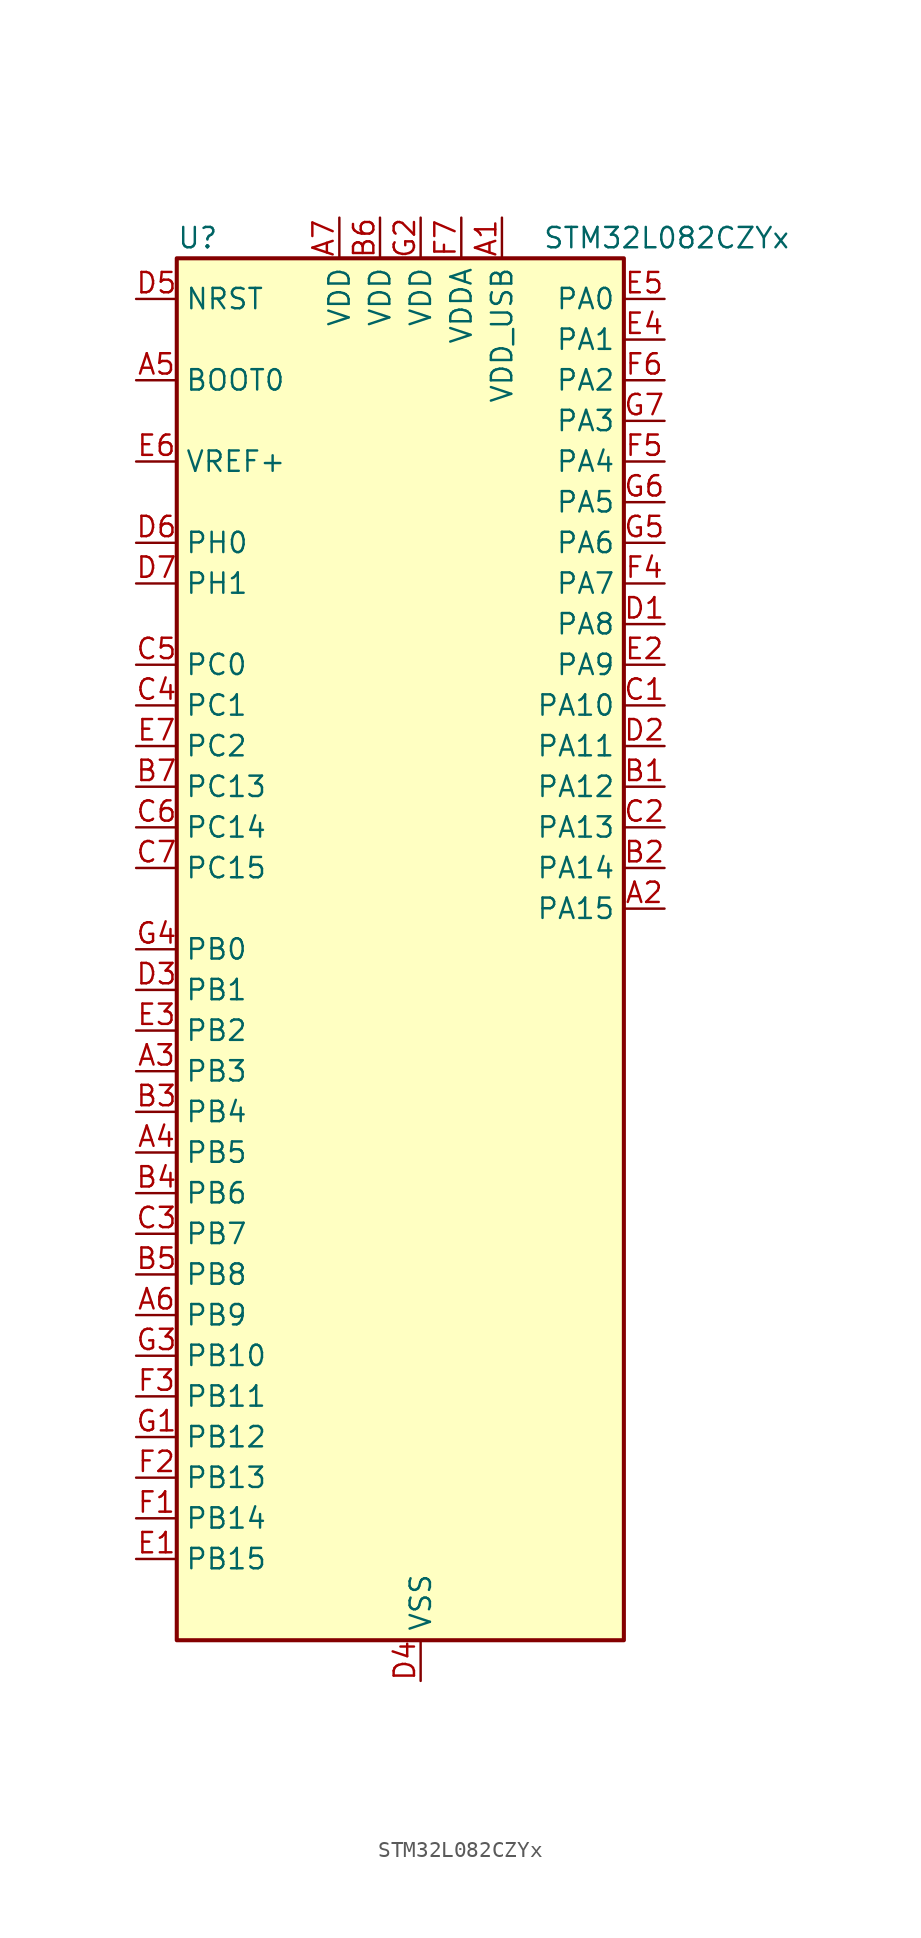
<source format=kicad_sym>
(kicad_symbol_lib
  (version 20231120)
  (generator "kicad_symbol_editor")
  (generator_version "8.0")
  (symbol "STM32L082CZYx"
    (property "Reference" "U"
      (at -12.7 44.45 0)
      (effects (font (size 1.27 1.27)) (justify left)))
    (property "Value" "STM32L082CZYx"
      (at 10.16 44.45 0)
      (effects (font (size 1.27 1.27)) (justify left)))
    (property "ki_locked" ""
      (at 0 0 0)
      (effects (font (size 1.27 1.27))))
    (symbol "STM32L082CZYx_0_1"
      (rectangle (start -12.7 -43.18) (end 15.24 43.18) (stroke (width 0.254) (type default)) (fill (type background))))
    (symbol "STM32L082CZYx_1_1"
      (pin power_in line (at 7.62 45.72 270) (length 2.54) (name "VDD_USB" (effects (font (size 1.27 1.27)))) (number "A1" (effects (font (size 1.27 1.27)))))
      (pin bidirectional line (at 17.78 2.54 180) (length 2.54) (name "PA15" (effects (font (size 1.27 1.27)))) (number "A2" (effects (font (size 1.27 1.27)))) (alternate "SPI1_NSS" bidirectional line) (alternate "TIM2_CH1" bidirectional line) (alternate "TIM2_ETR" bidirectional line) (alternate "USART2_RX" bidirectional line) (alternate "USART4_DE" bidirectional line) (alternate "USART4_RTS" bidirectional line))
      (pin bidirectional line (at -15.24 -7.62 0) (length 2.54) (name "PB3" (effects (font (size 1.27 1.27)))) (number "A3" (effects (font (size 1.27 1.27)))) (alternate "COMP2_INM" bidirectional line) (alternate "SPI1_SCK" bidirectional line) (alternate "TIM2_CH2" bidirectional line) (alternate "TSC_G5_IO1" bidirectional line) (alternate "USART1_DE" bidirectional line) (alternate "USART1_RTS" bidirectional line) (alternate "USART5_TX" bidirectional line))
      (pin bidirectional line (at -15.24 -12.7 0) (length 2.54) (name "PB5" (effects (font (size 1.27 1.27)))) (number "A4" (effects (font (size 1.27 1.27)))) (alternate "COMP2_INP" bidirectional line) (alternate "I2C1_SMBA" bidirectional line) (alternate "LPTIM1_IN1" bidirectional line) (alternate "SPI1_MOSI" bidirectional line) (alternate "TIM22_CH2" bidirectional line) (alternate "TIM3_CH2" bidirectional line) (alternate "USART1_CK" bidirectional line) (alternate "USART5_CK" bidirectional line) (alternate "USART5_DE" bidirectional line) (alternate "USART5_RTS" bidirectional line))
      (pin input line (at -15.24 35.56 0) (length 2.54) (name "BOOT0" (effects (font (size 1.27 1.27)))) (number "A5" (effects (font (size 1.27 1.27)))))
      (pin bidirectional line (at -15.24 -22.86 0) (length 2.54) (name "PB9" (effects (font (size 1.27 1.27)))) (number "A6" (effects (font (size 1.27 1.27)))) (alternate "DAC_EXTI9" bidirectional line) (alternate "I2C1_SDA" bidirectional line) (alternate "I2S2_WS" bidirectional line) (alternate "SPI2_NSS" bidirectional line))
      (pin power_in line (at -2.54 45.72 270) (length 2.54) (name "VDD" (effects (font (size 1.27 1.27)))) (number "A7" (effects (font (size 1.27 1.27)))))
      (pin bidirectional line (at 17.78 10.16 180) (length 2.54) (name "PA12" (effects (font (size 1.27 1.27)))) (number "B1" (effects (font (size 1.27 1.27)))) (alternate "COMP2_OUT" bidirectional line) (alternate "SPI1_MOSI" bidirectional line) (alternate "TSC_G4_IO4" bidirectional line) (alternate "USART1_DE" bidirectional line) (alternate "USART1_RTS" bidirectional line) (alternate "USB_DP" bidirectional line))
      (pin bidirectional line (at 17.78 5.08 180) (length 2.54) (name "PA14" (effects (font (size 1.27 1.27)))) (number "B2" (effects (font (size 1.27 1.27)))) (alternate "LPUART1_TX" bidirectional line) (alternate "SYS_SWCLK" bidirectional line) (alternate "USART2_TX" bidirectional line))
      (pin bidirectional line (at -15.24 -10.16 0) (length 2.54) (name "PB4" (effects (font (size 1.27 1.27)))) (number "B3" (effects (font (size 1.27 1.27)))) (alternate "COMP2_INP" bidirectional line) (alternate "I2C3_SDA" bidirectional line) (alternate "SPI1_MISO" bidirectional line) (alternate "TIM22_CH1" bidirectional line) (alternate "TIM3_CH1" bidirectional line) (alternate "TSC_G5_IO2" bidirectional line) (alternate "USART1_CTS" bidirectional line) (alternate "USART5_RX" bidirectional line))
      (pin bidirectional line (at -15.24 -15.24 0) (length 2.54) (name "PB6" (effects (font (size 1.27 1.27)))) (number "B4" (effects (font (size 1.27 1.27)))) (alternate "COMP2_INP" bidirectional line) (alternate "I2C1_SCL" bidirectional line) (alternate "LPTIM1_ETR" bidirectional line) (alternate "TSC_G5_IO3" bidirectional line) (alternate "USART1_TX" bidirectional line))
      (pin bidirectional line (at -15.24 -20.32 0) (length 2.54) (name "PB8" (effects (font (size 1.27 1.27)))) (number "B5" (effects (font (size 1.27 1.27)))) (alternate "I2C1_SCL" bidirectional line) (alternate "TSC_SYNC" bidirectional line))
      (pin power_in line (at 0 45.72 270) (length 2.54) (name "VDD" (effects (font (size 1.27 1.27)))) (number "B6" (effects (font (size 1.27 1.27)))))
      (pin bidirectional line (at -15.24 10.16 0) (length 2.54) (name "PC13" (effects (font (size 1.27 1.27)))) (number "B7" (effects (font (size 1.27 1.27)))) (alternate "RTC_OUT_ALARM" bidirectional line) (alternate "RTC_OUT_CALIB" bidirectional line) (alternate "RTC_TAMP1" bidirectional line) (alternate "RTC_TS" bidirectional line) (alternate "SYS_WKUP2" bidirectional line))
      (pin bidirectional line (at 17.78 15.24 180) (length 2.54) (name "PA10" (effects (font (size 1.27 1.27)))) (number "C1" (effects (font (size 1.27 1.27)))) (alternate "I2C1_SDA" bidirectional line) (alternate "TSC_G4_IO2" bidirectional line) (alternate "USART1_RX" bidirectional line))
      (pin bidirectional line (at 17.78 7.62 180) (length 2.54) (name "PA13" (effects (font (size 1.27 1.27)))) (number "C2" (effects (font (size 1.27 1.27)))) (alternate "LPUART1_RX" bidirectional line) (alternate "SYS_SWDIO" bidirectional line) (alternate "USB_NOE" bidirectional line))
      (pin bidirectional line (at -15.24 -17.78 0) (length 2.54) (name "PB7" (effects (font (size 1.27 1.27)))) (number "C3" (effects (font (size 1.27 1.27)))) (alternate "COMP2_INP" bidirectional line) (alternate "I2C1_SDA" bidirectional line) (alternate "LPTIM1_IN2" bidirectional line) (alternate "SYS_PVD_IN" bidirectional line) (alternate "TSC_G5_IO4" bidirectional line) (alternate "USART1_RX" bidirectional line) (alternate "USART4_CTS" bidirectional line))
      (pin bidirectional line (at -15.24 15.24 0) (length 2.54) (name "PC1" (effects (font (size 1.27 1.27)))) (number "C4" (effects (font (size 1.27 1.27)))) (alternate "ADC_IN11" bidirectional line) (alternate "I2C3_SDA" bidirectional line) (alternate "LPTIM1_OUT" bidirectional line) (alternate "LPUART1_TX" bidirectional line) (alternate "TSC_G7_IO2" bidirectional line))
      (pin bidirectional line (at -15.24 17.78 0) (length 2.54) (name "PC0" (effects (font (size 1.27 1.27)))) (number "C5" (effects (font (size 1.27 1.27)))) (alternate "ADC_IN10" bidirectional line) (alternate "I2C3_SCL" bidirectional line) (alternate "LPTIM1_IN1" bidirectional line) (alternate "LPUART1_RX" bidirectional line) (alternate "TSC_G7_IO1" bidirectional line))
      (pin bidirectional line (at -15.24 7.62 0) (length 2.54) (name "PC14" (effects (font (size 1.27 1.27)))) (number "C6" (effects (font (size 1.27 1.27)))) (alternate "RCC_OSC32_IN" bidirectional line))
      (pin bidirectional line (at -15.24 5.08 0) (length 2.54) (name "PC15" (effects (font (size 1.27 1.27)))) (number "C7" (effects (font (size 1.27 1.27)))) (alternate "RCC_OSC32_OUT" bidirectional line))
      (pin bidirectional line (at 17.78 20.32 180) (length 2.54) (name "PA8" (effects (font (size 1.27 1.27)))) (number "D1" (effects (font (size 1.27 1.27)))) (alternate "CRS_SYNC" bidirectional line) (alternate "I2C3_SCL" bidirectional line) (alternate "RCC_MCO" bidirectional line) (alternate "USART1_CK" bidirectional line))
      (pin bidirectional line (at 17.78 12.7 180) (length 2.54) (name "PA11" (effects (font (size 1.27 1.27)))) (number "D2" (effects (font (size 1.27 1.27)))) (alternate "ADC_EXTI11" bidirectional line) (alternate "COMP1_OUT" bidirectional line) (alternate "SPI1_MISO" bidirectional line) (alternate "TSC_G4_IO3" bidirectional line) (alternate "USART1_CTS" bidirectional line) (alternate "USB_DM" bidirectional line))
      (pin bidirectional line (at -15.24 -2.54 0) (length 2.54) (name "PB1" (effects (font (size 1.27 1.27)))) (number "D3" (effects (font (size 1.27 1.27)))) (alternate "ADC_IN9" bidirectional line) (alternate "LPUART1_DE" bidirectional line) (alternate "LPUART1_RTS" bidirectional line) (alternate "SYS_VREF_OUT_PB1" bidirectional line) (alternate "TIM3_CH4" bidirectional line) (alternate "TSC_G3_IO3" bidirectional line))
      (pin power_in line (at 2.54 -45.72 90) (length 2.54) (name "VSS" (effects (font (size 1.27 1.27)))) (number "D4" (effects (font (size 1.27 1.27)))))
      (pin input line (at -15.24 40.64 0) (length 2.54) (name "NRST" (effects (font (size 1.27 1.27)))) (number "D5" (effects (font (size 1.27 1.27)))))
      (pin bidirectional line (at -15.24 25.4 0) (length 2.54) (name "PH0" (effects (font (size 1.27 1.27)))) (number "D6" (effects (font (size 1.27 1.27)))) (alternate "CRS_SYNC" bidirectional line) (alternate "RCC_OSC_IN" bidirectional line))
      (pin bidirectional line (at -15.24 22.86 0) (length 2.54) (name "PH1" (effects (font (size 1.27 1.27)))) (number "D7" (effects (font (size 1.27 1.27)))) (alternate "RCC_OSC_OUT" bidirectional line))
      (pin bidirectional line (at -15.24 -38.1 0) (length 2.54) (name "PB15" (effects (font (size 1.27 1.27)))) (number "E1" (effects (font (size 1.27 1.27)))) (alternate "I2S2_SD" bidirectional line) (alternate "RTC_REFIN" bidirectional line) (alternate "SPI2_MOSI" bidirectional line))
      (pin bidirectional line (at 17.78 17.78 180) (length 2.54) (name "PA9" (effects (font (size 1.27 1.27)))) (number "E2" (effects (font (size 1.27 1.27)))) (alternate "DAC_EXTI9" bidirectional line) (alternate "I2C1_SCL" bidirectional line) (alternate "I2C3_SMBA" bidirectional line) (alternate "RCC_MCO" bidirectional line) (alternate "TSC_G4_IO1" bidirectional line) (alternate "USART1_TX" bidirectional line))
      (pin bidirectional line (at -15.24 -5.08 0) (length 2.54) (name "PB2" (effects (font (size 1.27 1.27)))) (number "E3" (effects (font (size 1.27 1.27)))) (alternate "I2C3_SMBA" bidirectional line) (alternate "LPTIM1_OUT" bidirectional line) (alternate "TSC_G3_IO4" bidirectional line))
      (pin bidirectional line (at 17.78 38.1 180) (length 2.54) (name "PA1" (effects (font (size 1.27 1.27)))) (number "E4" (effects (font (size 1.27 1.27)))) (alternate "ADC_IN1" bidirectional line) (alternate "COMP1_INP" bidirectional line) (alternate "TIM21_ETR" bidirectional line) (alternate "TIM2_CH2" bidirectional line) (alternate "TSC_G1_IO2" bidirectional line) (alternate "USART2_DE" bidirectional line) (alternate "USART2_RTS" bidirectional line) (alternate "USART4_RX" bidirectional line))
      (pin bidirectional line (at 17.78 40.64 180) (length 2.54) (name "PA0" (effects (font (size 1.27 1.27)))) (number "E5" (effects (font (size 1.27 1.27)))) (alternate "ADC_IN0" bidirectional line) (alternate "COMP1_INM" bidirectional line) (alternate "COMP1_OUT" bidirectional line) (alternate "RTC_TAMP2" bidirectional line) (alternate "SYS_WKUP1" bidirectional line) (alternate "TIM2_CH1" bidirectional line) (alternate "TIM2_ETR" bidirectional line) (alternate "TSC_G1_IO1" bidirectional line) (alternate "USART2_CTS" bidirectional line) (alternate "USART4_TX" bidirectional line))
      (pin input line (at -15.24 30.48 0) (length 2.54) (name "VREF+" (effects (font (size 1.27 1.27)))) (number "E6" (effects (font (size 1.27 1.27)))))
      (pin bidirectional line (at -15.24 12.7 0) (length 2.54) (name "PC2" (effects (font (size 1.27 1.27)))) (number "E7" (effects (font (size 1.27 1.27)))) (alternate "ADC_IN12" bidirectional line) (alternate "I2S2_MCK" bidirectional line) (alternate "LPTIM1_IN2" bidirectional line) (alternate "SPI2_MISO" bidirectional line) (alternate "TSC_G7_IO3" bidirectional line))
      (pin bidirectional line (at -15.24 -35.56 0) (length 2.54) (name "PB14" (effects (font (size 1.27 1.27)))) (number "F1" (effects (font (size 1.27 1.27)))) (alternate "I2C2_SDA" bidirectional line) (alternate "I2S2_MCK" bidirectional line) (alternate "LPUART1_DE" bidirectional line) (alternate "LPUART1_RTS" bidirectional line) (alternate "RTC_OUT_ALARM" bidirectional line) (alternate "RTC_OUT_CALIB" bidirectional line) (alternate "SPI2_MISO" bidirectional line) (alternate "TIM21_CH2" bidirectional line) (alternate "TSC_G6_IO4" bidirectional line))
      (pin bidirectional line (at -15.24 -33.02 0) (length 2.54) (name "PB13" (effects (font (size 1.27 1.27)))) (number "F2" (effects (font (size 1.27 1.27)))) (alternate "I2C2_SCL" bidirectional line) (alternate "I2S2_CK" bidirectional line) (alternate "LPUART1_CTS" bidirectional line) (alternate "RCC_MCO" bidirectional line) (alternate "SPI2_SCK" bidirectional line) (alternate "TIM21_CH1" bidirectional line) (alternate "TSC_G6_IO3" bidirectional line))
      (pin bidirectional line (at -15.24 -27.94 0) (length 2.54) (name "PB11" (effects (font (size 1.27 1.27)))) (number "F3" (effects (font (size 1.27 1.27)))) (alternate "ADC_EXTI11" bidirectional line) (alternate "I2C2_SDA" bidirectional line) (alternate "LPUART1_RX" bidirectional line) (alternate "LPUART1_TX" bidirectional line) (alternate "TIM2_CH4" bidirectional line) (alternate "TSC_G6_IO1" bidirectional line))
      (pin bidirectional line (at 17.78 22.86 180) (length 2.54) (name "PA7" (effects (font (size 1.27 1.27)))) (number "F4" (effects (font (size 1.27 1.27)))) (alternate "ADC_IN7" bidirectional line) (alternate "COMP2_OUT" bidirectional line) (alternate "SPI1_MOSI" bidirectional line) (alternate "TIM22_CH2" bidirectional line) (alternate "TIM3_CH2" bidirectional line) (alternate "TSC_G2_IO4" bidirectional line))
      (pin bidirectional line (at 17.78 30.48 180) (length 2.54) (name "PA4" (effects (font (size 1.27 1.27)))) (number "F5" (effects (font (size 1.27 1.27)))) (alternate "ADC_IN4" bidirectional line) (alternate "COMP1_INM" bidirectional line) (alternate "COMP2_INM" bidirectional line) (alternate "DAC_OUT1" bidirectional line) (alternate "SPI1_NSS" bidirectional line) (alternate "TIM22_ETR" bidirectional line) (alternate "TSC_G2_IO1" bidirectional line) (alternate "USART2_CK" bidirectional line))
      (pin bidirectional line (at 17.78 35.56 180) (length 2.54) (name "PA2" (effects (font (size 1.27 1.27)))) (number "F6" (effects (font (size 1.27 1.27)))) (alternate "ADC_IN2" bidirectional line) (alternate "COMP2_INM" bidirectional line) (alternate "COMP2_OUT" bidirectional line) (alternate "LPUART1_TX" bidirectional line) (alternate "TIM21_CH1" bidirectional line) (alternate "TIM2_CH3" bidirectional line) (alternate "TSC_G1_IO3" bidirectional line) (alternate "USART2_TX" bidirectional line))
      (pin power_in line (at 5.08 45.72 270) (length 2.54) (name "VDDA" (effects (font (size 1.27 1.27)))) (number "F7" (effects (font (size 1.27 1.27)))))
      (pin bidirectional line (at -15.24 -30.48 0) (length 2.54) (name "PB12" (effects (font (size 1.27 1.27)))) (number "G1" (effects (font (size 1.27 1.27)))) (alternate "I2S2_WS" bidirectional line) (alternate "LPUART1_DE" bidirectional line) (alternate "LPUART1_RTS" bidirectional line) (alternate "SPI2_NSS" bidirectional line) (alternate "TSC_G6_IO2" bidirectional line))
      (pin power_in line (at 2.54 45.72 270) (length 2.54) (name "VDD" (effects (font (size 1.27 1.27)))) (number "G2" (effects (font (size 1.27 1.27)))))
      (pin bidirectional line (at -15.24 -25.4 0) (length 2.54) (name "PB10" (effects (font (size 1.27 1.27)))) (number "G3" (effects (font (size 1.27 1.27)))) (alternate "I2C2_SCL" bidirectional line) (alternate "LPUART1_RX" bidirectional line) (alternate "LPUART1_TX" bidirectional line) (alternate "SPI2_SCK" bidirectional line) (alternate "TIM2_CH3" bidirectional line) (alternate "TSC_SYNC" bidirectional line))
      (pin bidirectional line (at -15.24 0 0) (length 2.54) (name "PB0" (effects (font (size 1.27 1.27)))) (number "G4" (effects (font (size 1.27 1.27)))) (alternate "ADC_IN8" bidirectional line) (alternate "SYS_VREF_OUT_PB0" bidirectional line) (alternate "TIM3_CH3" bidirectional line) (alternate "TSC_G3_IO2" bidirectional line))
      (pin bidirectional line (at 17.78 25.4 180) (length 2.54) (name "PA6" (effects (font (size 1.27 1.27)))) (number "G5" (effects (font (size 1.27 1.27)))) (alternate "ADC_IN6" bidirectional line) (alternate "COMP1_OUT" bidirectional line) (alternate "LPUART1_CTS" bidirectional line) (alternate "SPI1_MISO" bidirectional line) (alternate "TIM22_CH1" bidirectional line) (alternate "TIM3_CH1" bidirectional line) (alternate "TSC_G2_IO3" bidirectional line))
      (pin bidirectional line (at 17.78 27.94 180) (length 2.54) (name "PA5" (effects (font (size 1.27 1.27)))) (number "G6" (effects (font (size 1.27 1.27)))) (alternate "ADC_IN5" bidirectional line) (alternate "COMP1_INM" bidirectional line) (alternate "COMP2_INM" bidirectional line) (alternate "DAC_OUT2" bidirectional line) (alternate "SPI1_SCK" bidirectional line) (alternate "TIM2_CH1" bidirectional line) (alternate "TIM2_ETR" bidirectional line) (alternate "TSC_G2_IO2" bidirectional line))
      (pin bidirectional line (at 17.78 33.02 180) (length 2.54) (name "PA3" (effects (font (size 1.27 1.27)))) (number "G7" (effects (font (size 1.27 1.27)))) (alternate "ADC_IN3" bidirectional line) (alternate "COMP2_INP" bidirectional line) (alternate "LPUART1_RX" bidirectional line) (alternate "TIM21_CH2" bidirectional line) (alternate "TIM2_CH4" bidirectional line) (alternate "TSC_G1_IO4" bidirectional line) (alternate "USART2_RX" bidirectional line)))))
</source>
